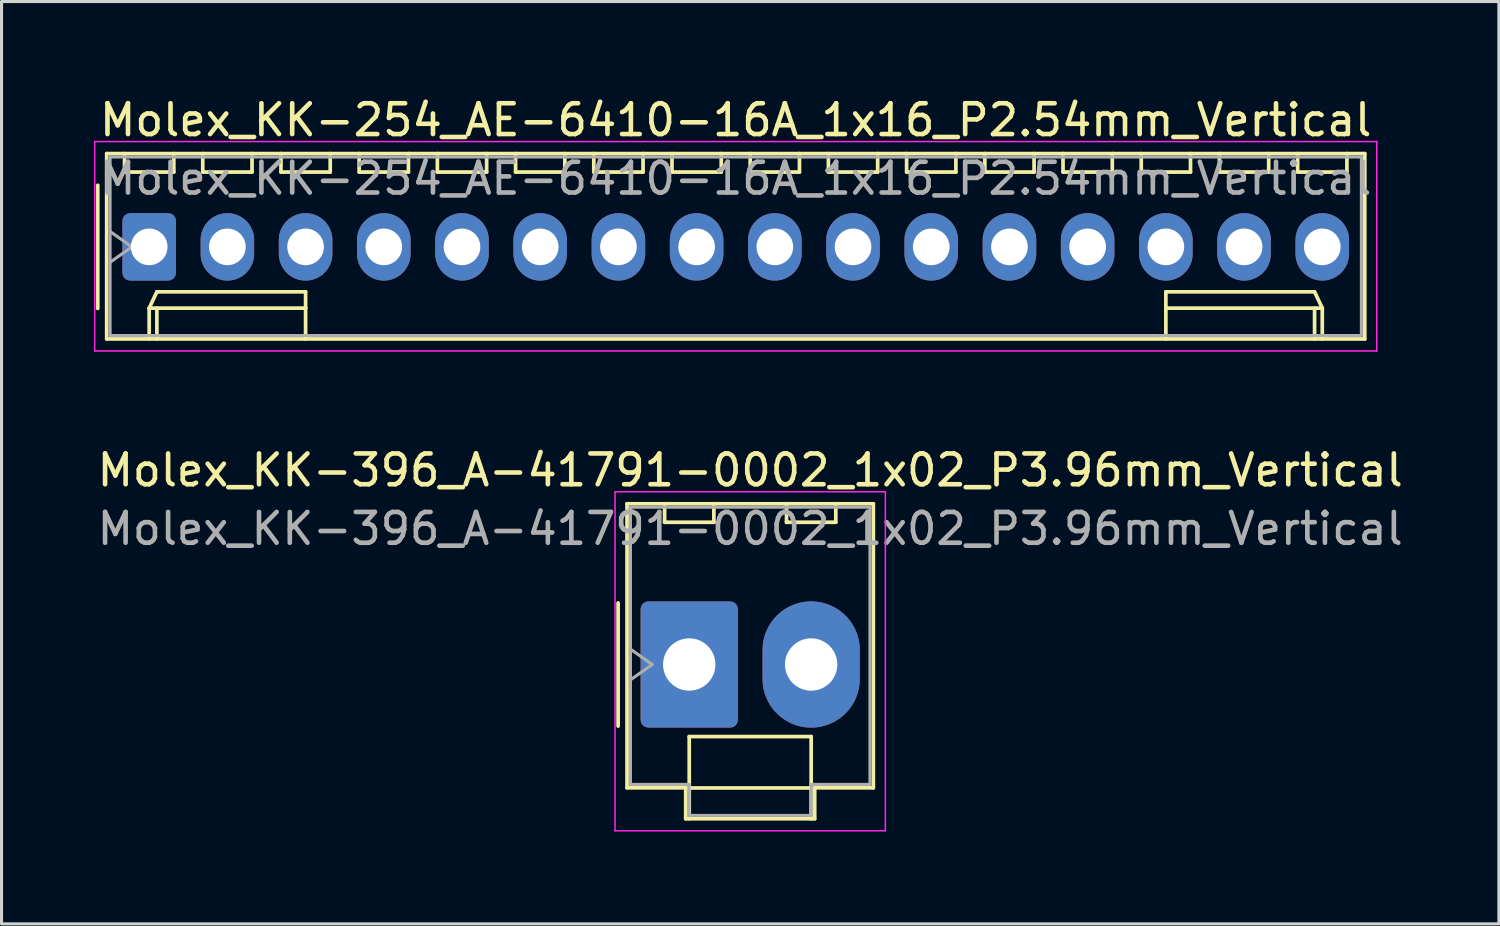
<source format=kicad_pcb>
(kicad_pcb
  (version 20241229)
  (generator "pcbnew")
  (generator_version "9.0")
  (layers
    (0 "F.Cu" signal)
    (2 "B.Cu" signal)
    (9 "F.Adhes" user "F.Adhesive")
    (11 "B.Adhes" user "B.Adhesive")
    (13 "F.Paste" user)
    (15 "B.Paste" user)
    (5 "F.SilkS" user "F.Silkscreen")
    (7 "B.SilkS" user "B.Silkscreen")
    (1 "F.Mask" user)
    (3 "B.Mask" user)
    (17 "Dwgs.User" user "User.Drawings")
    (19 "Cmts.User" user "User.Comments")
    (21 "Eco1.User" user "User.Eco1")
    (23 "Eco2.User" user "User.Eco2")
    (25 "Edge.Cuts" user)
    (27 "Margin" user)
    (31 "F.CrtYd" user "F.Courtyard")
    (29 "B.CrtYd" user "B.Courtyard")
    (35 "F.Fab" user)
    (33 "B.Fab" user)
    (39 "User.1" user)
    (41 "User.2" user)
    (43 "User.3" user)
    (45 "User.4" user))
  (footprint "Molex_KK-254_AE-6410-16A_1x16_P2.54mm_Vertical"
    (layer "F.Cu")
    (at 1.795 4.968)
    (property "Reference" "Molex_KK-254_AE-6410-16A_1x16_P2.54mm_Vertical" (at 19.05 -4.12 0) (layer "F.SilkS") (effects (font (size 1 1) (thickness 0.15))))
    (attr through_hole)
    (fp_line (start -1.67 -2) (end -1.67 2) (stroke (width 0.12) (type solid)) (layer "F.SilkS"))
    (fp_line (start -1.38 -3.03) (end -1.38 2.99) (stroke (width 0.12) (type solid)) (layer "F.SilkS"))
    (fp_line (start -1.38 2.99) (end 39.48 2.99) (stroke (width 0.12) (type solid)) (layer "F.SilkS"))
    (fp_line (start -0.8 -3.03) (end -0.8 -2.43) (stroke (width 0.12) (type solid)) (layer "F.SilkS"))
    (fp_line (start -0.8 -2.43) (end 0.8 -2.43) (stroke (width 0.12) (type solid)) (layer "F.SilkS"))
    (fp_line (start 0 1.99) (end 0.25 1.46) (stroke (width 0.12) (type solid)) (layer "F.SilkS"))
    (fp_line (start 0 1.99) (end 5.08 1.99) (stroke (width 0.12) (type solid)) (layer "F.SilkS"))
    (fp_line (start 0 2.99) (end 0 1.99) (stroke (width 0.12) (type solid)) (layer "F.SilkS"))
    (fp_line (start 0.25 1.46) (end 5.08 1.46) (stroke (width 0.12) (type solid)) (layer "F.SilkS"))
    (fp_line (start 0.25 2.99) (end 0.25 1.99) (stroke (width 0.12) (type solid)) (layer "F.SilkS"))
    (fp_line (start 0.8 -2.43) (end 0.8 -3.03) (stroke (width 0.12) (type solid)) (layer "F.SilkS"))
    (fp_line (start 1.74 -3.03) (end 1.74 -2.43) (stroke (width 0.12) (type solid)) (layer "F.SilkS"))
    (fp_line (start 1.74 -2.43) (end 3.34 -2.43) (stroke (width 0.12) (type solid)) (layer "F.SilkS"))
    (fp_line (start 3.34 -2.43) (end 3.34 -3.03) (stroke (width 0.12) (type solid)) (layer "F.SilkS"))
    (fp_line (start 4.28 -3.03) (end 4.28 -2.43) (stroke (width 0.12) (type solid)) (layer "F.SilkS"))
    (fp_line (start 4.28 -2.43) (end 5.88 -2.43) (stroke (width 0.12) (type solid)) (layer "F.SilkS"))
    (fp_line (start 5.08 1.46) (end 5.08 1.99) (stroke (width 0.12) (type solid)) (layer "F.SilkS"))
    (fp_line (start 5.08 1.99) (end 5.08 2.99) (stroke (width 0.12) (type solid)) (layer "F.SilkS"))
    (fp_line (start 5.88 -2.43) (end 5.88 -3.03) (stroke (width 0.12) (type solid)) (layer "F.SilkS"))
    (fp_line (start 6.82 -3.03) (end 6.82 -2.43) (stroke (width 0.12) (type solid)) (layer "F.SilkS"))
    (fp_line (start 6.82 -2.43) (end 8.42 -2.43) (stroke (width 0.12) (type solid)) (layer "F.SilkS"))
    (fp_line (start 8.42 -2.43) (end 8.42 -3.03) (stroke (width 0.12) (type solid)) (layer "F.SilkS"))
    (fp_line (start 9.36 -3.03) (end 9.36 -2.43) (stroke (width 0.12) (type solid)) (layer "F.SilkS"))
    (fp_line (start 9.36 -2.43) (end 10.96 -2.43) (stroke (width 0.12) (type solid)) (layer "F.SilkS"))
    (fp_line (start 10.96 -2.43) (end 10.96 -3.03) (stroke (width 0.12) (type solid)) (layer "F.SilkS"))
    (fp_line (start 11.9 -3.03) (end 11.9 -2.43) (stroke (width 0.12) (type solid)) (layer "F.SilkS"))
    (fp_line (start 11.9 -2.43) (end 13.5 -2.43) (stroke (width 0.12) (type solid)) (layer "F.SilkS"))
    (fp_line (start 13.5 -2.43) (end 13.5 -3.03) (stroke (width 0.12) (type solid)) (layer "F.SilkS"))
    (fp_line (start 14.44 -3.03) (end 14.44 -2.43) (stroke (width 0.12) (type solid)) (layer "F.SilkS"))
    (fp_line (start 14.44 -2.43) (end 16.04 -2.43) (stroke (width 0.12) (type solid)) (layer "F.SilkS"))
    (fp_line (start 16.04 -2.43) (end 16.04 -3.03) (stroke (width 0.12) (type solid)) (layer "F.SilkS"))
    (fp_line (start 16.98 -3.03) (end 16.98 -2.43) (stroke (width 0.12) (type solid)) (layer "F.SilkS"))
    (fp_line (start 16.98 -2.43) (end 18.58 -2.43) (stroke (width 0.12) (type solid)) (layer "F.SilkS"))
    (fp_line (start 18.58 -2.43) (end 18.58 -3.03) (stroke (width 0.12) (type solid)) (layer "F.SilkS"))
    (fp_line (start 19.52 -3.03) (end 19.52 -2.43) (stroke (width 0.12) (type solid)) (layer "F.SilkS"))
    (fp_line (start 19.52 -2.43) (end 21.12 -2.43) (stroke (width 0.12) (type solid)) (layer "F.SilkS"))
    (fp_line (start 21.12 -2.43) (end 21.12 -3.03) (stroke (width 0.12) (type solid)) (layer "F.SilkS"))
    (fp_line (start 22.06 -3.03) (end 22.06 -2.43) (stroke (width 0.12) (type solid)) (layer "F.SilkS"))
    (fp_line (start 22.06 -2.43) (end 23.66 -2.43) (stroke (width 0.12) (type solid)) (layer "F.SilkS"))
    (fp_line (start 23.66 -2.43) (end 23.66 -3.03) (stroke (width 0.12) (type solid)) (layer "F.SilkS"))
    (fp_line (start 24.6 -3.03) (end 24.6 -2.43) (stroke (width 0.12) (type solid)) (layer "F.SilkS"))
    (fp_line (start 24.6 -2.43) (end 26.2 -2.43) (stroke (width 0.12) (type solid)) (layer "F.SilkS"))
    (fp_line (start 26.2 -2.43) (end 26.2 -3.03) (stroke (width 0.12) (type solid)) (layer "F.SilkS"))
    (fp_line (start 27.14 -3.03) (end 27.14 -2.43) (stroke (width 0.12) (type solid)) (layer "F.SilkS"))
    (fp_line (start 27.14 -2.43) (end 28.74 -2.43) (stroke (width 0.12) (type solid)) (layer "F.SilkS"))
    (fp_line (start 28.74 -2.43) (end 28.74 -3.03) (stroke (width 0.12) (type solid)) (layer "F.SilkS"))
    (fp_line (start 29.68 -3.03) (end 29.68 -2.43) (stroke (width 0.12) (type solid)) (layer "F.SilkS"))
    (fp_line (start 29.68 -2.43) (end 31.28 -2.43) (stroke (width 0.12) (type solid)) (layer "F.SilkS"))
    (fp_line (start 31.28 -2.43) (end 31.28 -3.03) (stroke (width 0.12) (type solid)) (layer "F.SilkS"))
    (fp_line (start 32.22 -3.03) (end 32.22 -2.43) (stroke (width 0.12) (type solid)) (layer "F.SilkS"))
    (fp_line (start 32.22 -2.43) (end 33.82 -2.43) (stroke (width 0.12) (type solid)) (layer "F.SilkS"))
    (fp_line (start 33.02 1.46) (end 33.02 1.99) (stroke (width 0.12) (type solid)) (layer "F.SilkS"))
    (fp_line (start 33.02 1.99) (end 33.02 2.99) (stroke (width 0.12) (type solid)) (layer "F.SilkS"))
    (fp_line (start 33.82 -2.43) (end 33.82 -3.03) (stroke (width 0.12) (type solid)) (layer "F.SilkS"))
    (fp_line (start 34.76 -3.03) (end 34.76 -2.43) (stroke (width 0.12) (type solid)) (layer "F.SilkS"))
    (fp_line (start 34.76 -2.43) (end 36.36 -2.43) (stroke (width 0.12) (type solid)) (layer "F.SilkS"))
    (fp_line (start 36.36 -2.43) (end 36.36 -3.03) (stroke (width 0.12) (type solid)) (layer "F.SilkS"))
    (fp_line (start 37.3 -3.03) (end 37.3 -2.43) (stroke (width 0.12) (type solid)) (layer "F.SilkS"))
    (fp_line (start 37.3 -2.43) (end 38.9 -2.43) (stroke (width 0.12) (type solid)) (layer "F.SilkS"))
    (fp_line (start 37.85 1.46) (end 33.02 1.46) (stroke (width 0.12) (type solid)) (layer "F.SilkS"))
    (fp_line (start 37.85 2.99) (end 37.85 1.99) (stroke (width 0.12) (type solid)) (layer "F.SilkS"))
    (fp_line (start 38.1 1.99) (end 33.02 1.99) (stroke (width 0.12) (type solid)) (layer "F.SilkS"))
    (fp_line (start 38.1 1.99) (end 37.85 1.46) (stroke (width 0.12) (type solid)) (layer "F.SilkS"))
    (fp_line (start 38.1 2.99) (end 38.1 1.99) (stroke (width 0.12) (type solid)) (layer "F.SilkS"))
    (fp_line (start 38.9 -2.43) (end 38.9 -3.03) (stroke (width 0.12) (type solid)) (layer "F.SilkS"))
    (fp_line (start 39.48 -3.03) (end -1.38 -3.03) (stroke (width 0.12) (type solid)) (layer "F.SilkS"))
    (fp_line (start 39.48 2.99) (end 39.48 -3.03) (stroke (width 0.12) (type solid)) (layer "F.SilkS"))
    (fp_line (start -1.77 -3.42) (end -1.77 3.38) (stroke (width 0.05) (type solid)) (layer "F.CrtYd"))
    (fp_line (start -1.77 3.38) (end 39.87 3.38) (stroke (width 0.05) (type solid)) (layer "F.CrtYd"))
    (fp_line (start 39.87 -3.42) (end -1.77 -3.42) (stroke (width 0.05) (type solid)) (layer "F.CrtYd"))
    (fp_line (start 39.87 3.38) (end 39.87 -3.42) (stroke (width 0.05) (type solid)) (layer "F.CrtYd"))
    (fp_line (start -1.27 -2.92) (end -1.27 2.88) (stroke (width 0.1) (type solid)) (layer "F.Fab"))
    (fp_line (start -1.27 -0.5) (end -0.563 0) (stroke (width 0.1) (type solid)) (layer "F.Fab"))
    (fp_line (start -1.27 2.88) (end 39.37 2.88) (stroke (width 0.1) (type solid)) (layer "F.Fab"))
    (fp_line (start -0.563 0) (end -1.27 0.5) (stroke (width 0.1) (type solid)) (layer "F.Fab"))
    (fp_line (start 39.37 -2.92) (end -1.27 -2.92) (stroke (width 0.1) (type solid)) (layer "F.Fab"))
    (fp_line (start 39.37 2.88) (end 39.37 -2.92) (stroke (width 0.1) (type solid)) (layer "F.Fab"))
    (fp_text user "${REFERENCE}" (at 19.05 -2.22 0) (layer "F.Fab") (effects (font (size 1 1) (thickness 0.15))))
    (pad "1" thru_hole roundrect (at 0 0) (size 1.74 2.19) (drill 1.19) (layers "*.Cu" "*.Mask") (roundrect_rratio 0.144))
    (pad "2" thru_hole oval (at 2.54 0) (size 1.74 2.19) (drill 1.19) (layers "*.Cu" "*.Mask"))
    (pad "3" thru_hole oval (at 5.08 0) (size 1.74 2.19) (drill 1.19) (layers "*.Cu" "*.Mask"))
    (pad "4" thru_hole oval (at 7.62 0) (size 1.74 2.19) (drill 1.19) (layers "*.Cu" "*.Mask"))
    (pad "5" thru_hole oval (at 10.16 0) (size 1.74 2.19) (drill 1.19) (layers "*.Cu" "*.Mask"))
    (pad "6" thru_hole oval (at 12.7 0) (size 1.74 2.19) (drill 1.19) (layers "*.Cu" "*.Mask"))
    (pad "7" thru_hole oval (at 15.24 0) (size 1.74 2.19) (drill 1.19) (layers "*.Cu" "*.Mask"))
    (pad "8" thru_hole oval (at 17.78 0) (size 1.74 2.19) (drill 1.19) (layers "*.Cu" "*.Mask"))
    (pad "9" thru_hole oval (at 20.32 0) (size 1.74 2.19) (drill 1.19) (layers "*.Cu" "*.Mask"))
    (pad "10" thru_hole oval (at 22.86 0) (size 1.74 2.19) (drill 1.19) (layers "*.Cu" "*.Mask"))
    (pad "11" thru_hole oval (at 25.4 0) (size 1.74 2.19) (drill 1.19) (layers "*.Cu" "*.Mask"))
    (pad "12" thru_hole oval (at 27.94 0) (size 1.74 2.19) (drill 1.19) (layers "*.Cu" "*.Mask"))
    (pad "13" thru_hole oval (at 30.48 0) (size 1.74 2.19) (drill 1.19) (layers "*.Cu" "*.Mask"))
    (pad "14" thru_hole oval (at 33.02 0) (size 1.74 2.19) (drill 1.19) (layers "*.Cu" "*.Mask"))
    (pad "15" thru_hole oval (at 35.56 0) (size 1.74 2.19) (drill 1.19) (layers "*.Cu" "*.Mask"))
    (pad "16" thru_hole oval (at 38.1 0) (size 1.74 2.19) (drill 1.19) (layers "*.Cu" "*.Mask")))
  (footprint "Molex_KK-396_A-41791-0002_1x02_P3.96mm_Vertical"
    (layer "F.Cu")
    (at 19.335 18.532)
    (property "Reference" "Molex_KK-396_A-41791-0002_1x02_P3.96mm_Vertical" (at 1.98 -6.31 0) (layer "F.SilkS") (effects (font (size 1 1) (thickness 0.15))))
    (attr through_hole)
    (fp_line (start -2.31 -2) (end -2.31 2) (stroke (width 0.12) (type solid)) (layer "F.SilkS"))
    (fp_line (start -2.02 -5.22) (end 5.98 -5.22) (stroke (width 0.12) (type solid)) (layer "F.SilkS"))
    (fp_line (start -2.02 4.005) (end -2.02 -5.22) (stroke (width 0.12) (type solid)) (layer "F.SilkS"))
    (fp_line (start -0.8 -5.22) (end -0.8 -4.62) (stroke (width 0.12) (type solid)) (layer "F.SilkS"))
    (fp_line (start -0.8 -4.62) (end 0.8 -4.62) (stroke (width 0.12) (type solid)) (layer "F.SilkS"))
    (fp_line (start -0.115 4.005) (end -2.02 4.005) (stroke (width 0.12) (type solid)) (layer "F.SilkS"))
    (fp_line (start -0.115 5.01) (end -0.115 4.005) (stroke (width 0.12) (type solid)) (layer "F.SilkS"))
    (fp_line (start 0 2.34) (end 3.96 2.34) (stroke (width 0.12) (type solid)) (layer "F.SilkS"))
    (fp_line (start 0 4.01) (end 0 2.34) (stroke (width 0.12) (type solid)) (layer "F.SilkS"))
    (fp_line (start 0 4.01) (end 3.96 4.01) (stroke (width 0.12) (type solid)) (layer "F.SilkS"))
    (fp_line (start 0 5.01) (end 0 4.01) (stroke (width 0.12) (type solid)) (layer "F.SilkS"))
    (fp_line (start 0.8 -4.62) (end 0.8 -5.22) (stroke (width 0.12) (type solid)) (layer "F.SilkS"))
    (fp_line (start 3.16 -5.22) (end 3.16 -4.62) (stroke (width 0.12) (type solid)) (layer "F.SilkS"))
    (fp_line (start 3.16 -4.62) (end 4.76 -4.62) (stroke (width 0.12) (type solid)) (layer "F.SilkS"))
    (fp_line (start 3.96 2.34) (end 3.96 4.01) (stroke (width 0.12) (type solid)) (layer "F.SilkS"))
    (fp_line (start 3.96 4.01) (end 3.96 5.01) (stroke (width 0.12) (type solid)) (layer "F.SilkS"))
    (fp_line (start 4.075 4.005) (end 4.075 5.01) (stroke (width 0.12) (type solid)) (layer "F.SilkS"))
    (fp_line (start 4.075 5.01) (end -0.115 5.01) (stroke (width 0.12) (type solid)) (layer "F.SilkS"))
    (fp_line (start 4.76 -4.62) (end 4.76 -5.22) (stroke (width 0.12) (type solid)) (layer "F.SilkS"))
    (fp_line (start 5.98 -5.22) (end 5.98 4.005) (stroke (width 0.12) (type solid)) (layer "F.SilkS"))
    (fp_line (start 5.98 4.005) (end 4.075 4.005) (stroke (width 0.12) (type solid)) (layer "F.SilkS"))
    (fp_line (start -2.41 -5.61) (end -2.41 5.4) (stroke (width 0.05) (type solid)) (layer "F.CrtYd"))
    (fp_line (start -2.41 5.4) (end 6.37 5.4) (stroke (width 0.05) (type solid)) (layer "F.CrtYd"))
    (fp_line (start 6.37 -5.61) (end -2.41 -5.61) (stroke (width 0.05) (type solid)) (layer "F.CrtYd"))
    (fp_line (start 6.37 5.4) (end 6.37 -5.61) (stroke (width 0.05) (type solid)) (layer "F.CrtYd"))
    (fp_line (start -1.91 -5.11) (end 5.87 -5.11) (stroke (width 0.1) (type solid)) (layer "F.Fab"))
    (fp_line (start -1.91 -0.5) (end -1.203 0) (stroke (width 0.1) (type solid)) (layer "F.Fab"))
    (fp_line (start -1.91 3.895) (end -1.91 -5.11) (stroke (width 0.1) (type solid)) (layer "F.Fab"))
    (fp_line (start -1.203 0) (end -1.91 0.5) (stroke (width 0.1) (type solid)) (layer "F.Fab"))
    (fp_line (start -0.005 3.895) (end -1.91 3.895) (stroke (width 0.1) (type solid)) (layer "F.Fab"))
    (fp_line (start -0.005 4.9) (end -0.005 3.895) (stroke (width 0.1) (type solid)) (layer "F.Fab"))
    (fp_line (start 3.965 3.895) (end 3.965 4.9) (stroke (width 0.1) (type solid)) (layer "F.Fab"))
    (fp_line (start 3.965 4.9) (end -0.005 4.9) (stroke (width 0.1) (type solid)) (layer "F.Fab"))
    (fp_line (start 5.87 -5.11) (end 5.87 3.895) (stroke (width 0.1) (type solid)) (layer "F.Fab"))
    (fp_line (start 5.87 3.895) (end 3.965 3.895) (stroke (width 0.1) (type solid)) (layer "F.Fab"))
    (fp_text user "${REFERENCE}" (at 1.98 -4.41 0) (layer "F.Fab") (effects (font (size 1 1) (thickness 0.15))))
    (pad "1" thru_hole roundrect (at 0 0) (size 3.16 4.1) (drill 1.7) (layers "*.Cu" "*.Mask") (roundrect_rratio 0.079))
    (pad "2" thru_hole oval (at 3.96 0) (size 3.16 4.1) (drill 1.7) (layers "*.Cu" "*.Mask")))
  (gr_rect
    (start -3 -3)
    (end 45.631 26.956)
    (stroke (width 0.1) (type default))
    (fill no)
    (layer "Edge.Cuts")))
</source>
